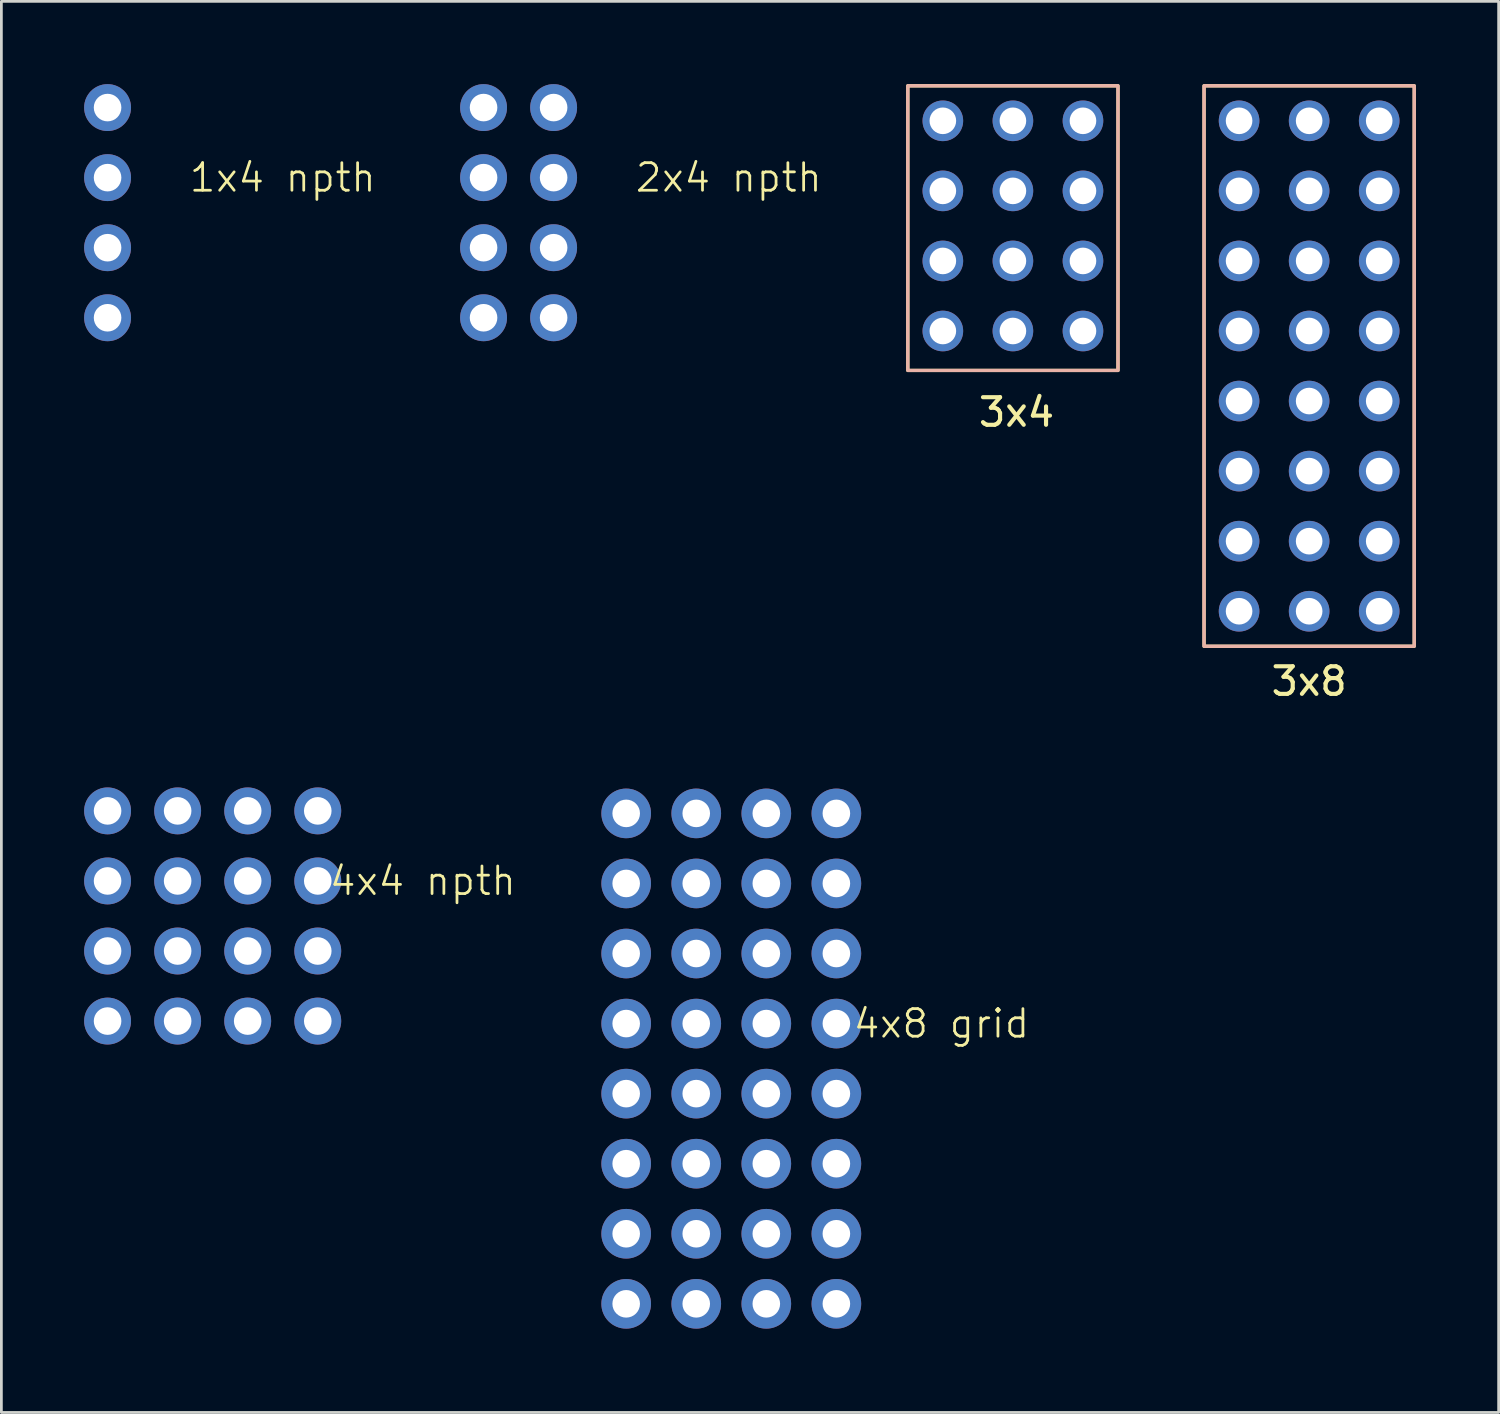
<source format=kicad_pcb>
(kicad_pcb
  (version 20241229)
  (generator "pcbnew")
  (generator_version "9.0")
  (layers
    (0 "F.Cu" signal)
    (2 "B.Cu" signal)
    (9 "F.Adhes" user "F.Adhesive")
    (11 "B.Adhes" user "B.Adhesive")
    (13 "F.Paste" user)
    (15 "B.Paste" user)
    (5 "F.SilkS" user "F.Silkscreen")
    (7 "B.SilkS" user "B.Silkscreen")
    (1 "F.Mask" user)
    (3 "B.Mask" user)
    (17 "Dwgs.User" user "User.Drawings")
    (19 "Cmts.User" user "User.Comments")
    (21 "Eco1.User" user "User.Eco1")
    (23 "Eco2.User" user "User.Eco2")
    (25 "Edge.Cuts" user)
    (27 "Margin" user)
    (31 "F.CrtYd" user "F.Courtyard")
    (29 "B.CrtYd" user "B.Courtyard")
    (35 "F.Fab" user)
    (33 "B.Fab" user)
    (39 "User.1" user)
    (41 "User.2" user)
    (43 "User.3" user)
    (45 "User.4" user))
  (footprint "3x8"
    (layer "F.Cu")
    (at 44.412 10.22)
    (property "Reference" "3x8" (at 0 11.43 0) (unlocked yes) (layer "F.SilkS") (effects (font (size 1 1) (thickness 0.15))))
    (attr through_hole)
    (fp_rect (start -3.81 -10.16) (end 3.81 10.16) (stroke (width 0.12) (type solid)) (fill no) (layer "F.SilkS"))
    (fp_rect (start -3.81 -10.16) (end 3.81 10.16) (stroke (width 0.12) (type solid)) (fill no) (layer "B.SilkS"))
    (pad "a1" thru_hole circle (at -2.54 -8.89) (size 1.473 1.473) (drill 0.965) (layers "*.Cu" "*.Mask"))
    (pad "a2" thru_hole circle (at -2.54 -6.35) (size 1.473 1.473) (drill 0.965) (layers "*.Cu" "*.Mask"))
    (pad "a3" thru_hole circle (at -2.54 -3.81) (size 1.473 1.473) (drill 0.965) (layers "*.Cu" "*.Mask"))
    (pad "a4" thru_hole circle (at -2.54 -1.27) (size 1.473 1.473) (drill 0.965) (layers "*.Cu" "*.Mask"))
    (pad "a5" thru_hole circle (at -2.54 1.27) (size 1.473 1.473) (drill 0.965) (layers "*.Cu" "*.Mask"))
    (pad "a6" thru_hole circle (at -2.54 3.81) (size 1.473 1.473) (drill 0.965) (layers "*.Cu" "*.Mask"))
    (pad "a7" thru_hole circle (at -2.54 6.35) (size 1.473 1.473) (drill 0.965) (layers "*.Cu" "*.Mask"))
    (pad "a8" thru_hole circle (at -2.54 8.89) (size 1.473 1.473) (drill 0.965) (layers "*.Cu" "*.Mask"))
    (pad "b1" thru_hole circle (at 0 -8.89) (size 1.473 1.473) (drill 0.965) (layers "*.Cu" "*.Mask"))
    (pad "b2" thru_hole circle (at 0 -6.35) (size 1.473 1.473) (drill 0.965) (layers "*.Cu" "*.Mask"))
    (pad "b3" thru_hole circle (at 0 -3.81) (size 1.473 1.473) (drill 0.965) (layers "*.Cu" "*.Mask"))
    (pad "b4" thru_hole circle (at 0 -1.27) (size 1.473 1.473) (drill 0.965) (layers "*.Cu" "*.Mask"))
    (pad "b5" thru_hole circle (at 0 1.27) (size 1.473 1.473) (drill 0.965) (layers "*.Cu" "*.Mask"))
    (pad "b6" thru_hole circle (at 0 3.81) (size 1.473 1.473) (drill 0.965) (layers "*.Cu" "*.Mask"))
    (pad "b7" thru_hole circle (at 0 6.35) (size 1.473 1.473) (drill 0.965) (layers "*.Cu" "*.Mask"))
    (pad "b8" thru_hole circle (at 0 8.89) (size 1.473 1.473) (drill 0.965) (layers "*.Cu" "*.Mask"))
    (pad "c1" thru_hole circle (at 2.54 -8.89) (size 1.473 1.473) (drill 0.965) (layers "*.Cu" "*.Mask"))
    (pad "c2" thru_hole circle (at 2.54 -6.35) (size 1.473 1.473) (drill 0.965) (layers "*.Cu" "*.Mask"))
    (pad "c3" thru_hole circle (at 2.54 -3.81) (size 1.473 1.473) (drill 0.965) (layers "*.Cu" "*.Mask"))
    (pad "c4" thru_hole circle (at 2.54 -1.27) (size 1.473 1.473) (drill 0.965) (layers "*.Cu" "*.Mask"))
    (pad "c5" thru_hole circle (at 2.54 1.27) (size 1.473 1.473) (drill 0.965) (layers "*.Cu" "*.Mask"))
    (pad "c6" thru_hole circle (at 2.54 3.81) (size 1.473 1.473) (drill 0.965) (layers "*.Cu" "*.Mask"))
    (pad "c7" thru_hole circle (at 2.54 6.35) (size 1.473 1.473) (drill 0.965) (layers "*.Cu" "*.Mask"))
    (pad "c8" thru_hole circle (at 2.54 8.89) (size 1.473 1.473) (drill 0.965) (layers "*.Cu" "*.Mask")))
  (footprint "4x8 grid"
    (layer "F.Cu")
    (at 23.462 35.329)
    (property "Reference" "4x8 grid" (at 7.62 -1.27 0) (unlocked yes) (layer "F.SilkS") (effects (font (size 1 1) (thickness 0.1))))
    (fp_circle (center -3.812 -6.351) (end -2.922 -6.351) (stroke (width 0.1) (type default)) (fill yes) (layer "F.Mask"))
    (fp_circle (center -3.812 -3.811) (end -2.922 -3.811) (stroke (width 0.1) (type default)) (fill yes) (layer "F.Mask"))
    (fp_circle (center -3.812 -1.271) (end -2.922 -1.271) (stroke (width 0.1) (type default)) (fill yes) (layer "F.Mask"))
    (fp_circle (center -3.812 1.269) (end -2.922 1.269) (stroke (width 0.1) (type default)) (fill yes) (layer "F.Mask"))
    (fp_circle (center -3.812 3.809) (end -2.922 3.809) (stroke (width 0.1) (type default)) (fill yes) (layer "F.Mask"))
    (fp_circle (center -3.812 6.349) (end -2.922 6.349) (stroke (width 0.1) (type default)) (fill yes) (layer "F.Mask"))
    (fp_circle (center -3.812 8.889) (end -2.922 8.889) (stroke (width 0.1) (type default)) (fill yes) (layer "F.Mask"))
    (fp_circle (center -1.272 -6.351) (end -0.382 -6.351) (stroke (width 0.1) (type default)) (fill yes) (layer "F.Mask"))
    (fp_circle (center -1.272 -3.811) (end -0.382 -3.811) (stroke (width 0.1) (type default)) (fill yes) (layer "F.Mask"))
    (fp_circle (center -1.272 -1.271) (end -0.382 -1.271) (stroke (width 0.1) (type default)) (fill yes) (layer "F.Mask"))
    (fp_circle (center -1.272 1.269) (end -0.382 1.269) (stroke (width 0.1) (type default)) (fill yes) (layer "F.Mask"))
    (fp_circle (center -1.272 3.809) (end -0.382 3.809) (stroke (width 0.1) (type default)) (fill yes) (layer "F.Mask"))
    (fp_circle (center -1.272 6.349) (end -0.382 6.349) (stroke (width 0.1) (type default)) (fill yes) (layer "F.Mask"))
    (fp_circle (center -1.272 8.889) (end -0.382 8.889) (stroke (width 0.1) (type default)) (fill yes) (layer "F.Mask"))
    (fp_circle (center -1.271 -8.891) (end -0.382 -8.891) (stroke (width 0.1) (type default)) (fill yes) (layer "F.Mask"))
    (fp_circle (center 1.268 -6.351) (end 2.158 -6.351) (stroke (width 0.1) (type default)) (fill yes) (layer "F.Mask"))
    (fp_circle (center 1.268 -3.811) (end 2.158 -3.811) (stroke (width 0.1) (type default)) (fill yes) (layer "F.Mask"))
    (fp_circle (center 1.268 -1.271) (end 2.158 -1.271) (stroke (width 0.1) (type default)) (fill yes) (layer "F.Mask"))
    (fp_circle (center 1.268 1.269) (end 2.158 1.269) (stroke (width 0.1) (type default)) (fill yes) (layer "F.Mask"))
    (fp_circle (center 1.268 3.809) (end 2.158 3.809) (stroke (width 0.1) (type default)) (fill yes) (layer "F.Mask"))
    (fp_circle (center 1.268 6.349) (end 2.158 6.349) (stroke (width 0.1) (type default)) (fill yes) (layer "F.Mask"))
    (fp_circle (center 1.268 8.889) (end 2.158 8.889) (stroke (width 0.1) (type default)) (fill yes) (layer "F.Mask"))
    (fp_circle (center 1.269 -8.891) (end 2.159 -8.891) (stroke (width 0.1) (type default)) (fill yes) (layer "F.Mask"))
    (fp_circle (center 3.808 -6.351) (end 4.698 -6.351) (stroke (width 0.1) (type default)) (fill yes) (layer "F.Mask"))
    (fp_circle (center 3.808 -3.811) (end 4.698 -3.811) (stroke (width 0.1) (type default)) (fill yes) (layer "F.Mask"))
    (fp_circle (center 3.808 -1.27) (end 4.698 -1.27) (stroke (width 0.1) (type default)) (fill yes) (layer "F.Mask"))
    (fp_circle (center 3.808 1.27) (end 4.698 1.27) (stroke (width 0.1) (type default)) (fill yes) (layer "F.Mask"))
    (fp_circle (center 3.808 3.809) (end 4.698 3.809) (stroke (width 0.1) (type default)) (fill yes) (layer "F.Mask"))
    (fp_circle (center 3.808 6.349) (end 4.698 6.349) (stroke (width 0.1) (type default)) (fill yes) (layer "F.Mask"))
    (fp_circle (center 3.808 8.889) (end 4.698 8.889) (stroke (width 0.1) (type default)) (fill yes) (layer "F.Mask"))
    (fp_circle (center 3.809 -8.89) (end 4.699 -8.89) (stroke (width 0.1) (type default)) (fill yes) (layer "F.Mask"))
    (fp_circle (center -3.811 -6.351) (end -4.7 -6.351) (stroke (width 0.1) (type default)) (fill yes) (layer "B.Mask"))
    (fp_circle (center -3.811 -3.811) (end -4.7 -3.811) (stroke (width 0.1) (type default)) (fill yes) (layer "B.Mask"))
    (fp_circle (center -3.811 -1.27) (end -4.7 -1.27) (stroke (width 0.1) (type default)) (fill yes) (layer "B.Mask"))
    (fp_circle (center -3.811 1.27) (end -4.7 1.27) (stroke (width 0.1) (type default)) (fill yes) (layer "B.Mask"))
    (fp_circle (center -3.811 3.809) (end -4.7 3.809) (stroke (width 0.1) (type default)) (fill yes) (layer "B.Mask"))
    (fp_circle (center -3.811 6.349) (end -4.7 6.349) (stroke (width 0.1) (type default)) (fill yes) (layer "B.Mask"))
    (fp_circle (center -3.811 8.889) (end -4.7 8.889) (stroke (width 0.1) (type default)) (fill yes) (layer "B.Mask"))
    (fp_circle (center -1.271 -6.351) (end -2.16 -6.351) (stroke (width 0.1) (type default)) (fill yes) (layer "B.Mask"))
    (fp_circle (center -1.271 -3.811) (end -2.16 -3.811) (stroke (width 0.1) (type default)) (fill yes) (layer "B.Mask"))
    (fp_circle (center -1.271 -1.27) (end -2.16 -1.27) (stroke (width 0.1) (type default)) (fill yes) (layer "B.Mask"))
    (fp_circle (center -1.271 1.27) (end -2.16 1.27) (stroke (width 0.1) (type default)) (fill yes) (layer "B.Mask"))
    (fp_circle (center -1.271 3.809) (end -2.16 3.809) (stroke (width 0.1) (type default)) (fill yes) (layer "B.Mask"))
    (fp_circle (center -1.271 6.349) (end -2.16 6.349) (stroke (width 0.1) (type default)) (fill yes) (layer "B.Mask"))
    (fp_circle (center -1.271 8.889) (end -2.16 8.889) (stroke (width 0.1) (type default)) (fill yes) (layer "B.Mask"))
    (fp_circle (center -1.27 -8.89) (end -2.16 -8.89) (stroke (width 0.1) (type default)) (fill yes) (layer "B.Mask"))
    (fp_circle (center 1.269 -6.351) (end 0.38 -6.351) (stroke (width 0.1) (type default)) (fill yes) (layer "B.Mask"))
    (fp_circle (center 1.269 -3.811) (end 0.38 -3.811) (stroke (width 0.1) (type default)) (fill yes) (layer "B.Mask"))
    (fp_circle (center 1.269 -1.27) (end 0.38 -1.27) (stroke (width 0.1) (type default)) (fill yes) (layer "B.Mask"))
    (fp_circle (center 1.269 1.27) (end 0.38 1.27) (stroke (width 0.1) (type default)) (fill yes) (layer "B.Mask"))
    (fp_circle (center 1.269 3.809) (end 0.38 3.809) (stroke (width 0.1) (type default)) (fill yes) (layer "B.Mask"))
    (fp_circle (center 1.269 6.349) (end 0.38 6.349) (stroke (width 0.1) (type default)) (fill yes) (layer "B.Mask"))
    (fp_circle (center 1.269 8.889) (end 0.38 8.889) (stroke (width 0.1) (type default)) (fill yes) (layer "B.Mask"))
    (fp_circle (center 1.27 -8.89) (end 0.38 -8.89) (stroke (width 0.1) (type default)) (fill yes) (layer "B.Mask"))
    (fp_circle (center 3.809 -6.35) (end 2.92 -6.35) (stroke (width 0.1) (type default)) (fill yes) (layer "B.Mask"))
    (fp_circle (center 3.809 -3.81) (end 2.92 -3.81) (stroke (width 0.1) (type default)) (fill yes) (layer "B.Mask"))
    (fp_circle (center 3.809 -1.27) (end 2.92 -1.27) (stroke (width 0.1) (type default)) (fill yes) (layer "B.Mask"))
    (fp_circle (center 3.809 1.27) (end 2.92 1.27) (stroke (width 0.1) (type default)) (fill yes) (layer "B.Mask"))
    (fp_circle (center 3.809 3.81) (end 2.92 3.81) (stroke (width 0.1) (type default)) (fill yes) (layer "B.Mask"))
    (fp_circle (center 3.809 6.35) (end 2.92 6.35) (stroke (width 0.1) (type default)) (fill yes) (layer "B.Mask"))
    (fp_circle (center 3.809 8.89) (end 2.92 8.89) (stroke (width 0.1) (type default)) (fill yes) (layer "B.Mask"))
    (fp_circle (center 3.809 -8.89) (end 2.92 -8.89) (stroke (width 0.1) (type default)) (fill yes) (layer "B.Mask"))
    (pad "A0" thru_hole circle (at -3.81 -8.89) (size 1.8 1.8) (drill 1) (layers "*.Cu" "*.Mask"))
    (pad "A1" thru_hole circle (at -3.81 -6.35) (size 1.8 1.8) (drill 1) (layers "*.Cu" "*.Mask"))
    (pad "A2" thru_hole circle (at -3.81 -3.81) (size 1.8 1.8) (drill 1) (layers "*.Cu" "*.Mask"))
    (pad "A3" thru_hole circle (at -3.81 -1.27) (size 1.8 1.8) (drill 1) (layers "*.Cu" "*.Mask"))
    (pad "A4" thru_hole circle (at -3.81 1.27) (size 1.8 1.8) (drill 1) (layers "*.Cu" "*.Mask"))
    (pad "A5" thru_hole circle (at -3.81 3.81) (size 1.8 1.8) (drill 1) (layers "*.Cu" "*.Mask"))
    (pad "A6" thru_hole circle (at -3.81 6.35) (size 1.8 1.8) (drill 1) (layers "*.Cu" "*.Mask"))
    (pad "A7" thru_hole circle (at -3.81 8.89) (size 1.8 1.8) (drill 1) (layers "*.Cu" "*.Mask"))
    (pad "B0" thru_hole circle (at -1.27 -8.89) (size 1.8 1.8) (drill 1) (layers "*.Cu" "*.Mask"))
    (pad "B1" thru_hole circle (at -1.27 -6.35) (size 1.8 1.8) (drill 1) (layers "*.Cu" "*.Mask"))
    (pad "B2" thru_hole circle (at -1.27 -3.81) (size 1.8 1.8) (drill 1) (layers "*.Cu" "*.Mask"))
    (pad "B3" thru_hole circle (at -1.27 -1.27) (size 1.8 1.8) (drill 1) (layers "*.Cu" "*.Mask"))
    (pad "B4" thru_hole circle (at -1.27 1.27) (size 1.8 1.8) (drill 1) (layers "*.Cu" "*.Mask"))
    (pad "B5" thru_hole circle (at -1.27 3.81) (size 1.8 1.8) (drill 1) (layers "*.Cu" "*.Mask"))
    (pad "B6" thru_hole circle (at -1.27 6.35) (size 1.8 1.8) (drill 1) (layers "*.Cu" "*.Mask"))
    (pad "B7" thru_hole circle (at -1.27 8.89) (size 1.8 1.8) (drill 1) (layers "*.Cu" "*.Mask"))
    (pad "C0" thru_hole circle (at 1.27 -8.89) (size 1.8 1.8) (drill 1) (layers "*.Cu" "*.Mask"))
    (pad "C1" thru_hole circle (at 1.27 -6.35) (size 1.8 1.8) (drill 1) (layers "*.Cu" "*.Mask"))
    (pad "C2" thru_hole circle (at 1.27 -3.81) (size 1.8 1.8) (drill 1) (layers "*.Cu" "*.Mask"))
    (pad "C3" thru_hole circle (at 1.27 -1.27) (size 1.8 1.8) (drill 1) (layers "*.Cu" "*.Mask"))
    (pad "C4" thru_hole circle (at 1.27 1.27) (size 1.8 1.8) (drill 1) (layers "*.Cu" "*.Mask"))
    (pad "C5" thru_hole circle (at 1.27 3.81) (size 1.8 1.8) (drill 1) (layers "*.Cu" "*.Mask"))
    (pad "C6" thru_hole circle (at 1.27 6.35) (size 1.8 1.8) (drill 1) (layers "*.Cu" "*.Mask"))
    (pad "C7" thru_hole circle (at 1.27 8.89) (size 1.8 1.8) (drill 1) (layers "*.Cu" "*.Mask"))
    (pad "D0" thru_hole circle (at 3.81 -8.89) (size 1.8 1.8) (drill 1) (layers "*.Cu" "*.Mask"))
    (pad "D1" thru_hole circle (at 3.81 -6.35) (size 1.8 1.8) (drill 1) (layers "*.Cu" "*.Mask"))
    (pad "D2" thru_hole circle (at 3.81 -3.81) (size 1.8 1.8) (drill 1) (layers "*.Cu" "*.Mask"))
    (pad "D3" thru_hole circle (at 3.81 -1.27) (size 1.8 1.8) (drill 1) (layers "*.Cu" "*.Mask"))
    (pad "D4" thru_hole circle (at 3.81 1.27) (size 1.8 1.8) (drill 1) (layers "*.Cu" "*.Mask"))
    (pad "D5" thru_hole circle (at 3.81 3.81) (size 1.8 1.8) (drill 1) (layers "*.Cu" "*.Mask"))
    (pad "D6" thru_hole circle (at 3.81 6.35) (size 1.8 1.8) (drill 1) (layers "*.Cu" "*.Mask"))
    (pad "D7" thru_hole circle (at 3.81 8.89) (size 1.8 1.8) (drill 1) (layers "*.Cu" "*.Mask")))
  (footprint "1x4 npth"
    (layer "F.Cu")
    (at 0.85 4.66)
    (property "Reference" "1x4 npth" (at 6.35 -1.27 0) (unlocked yes) (layer "F.SilkS") (effects (font (size 1 1) (thickness 0.1))))
    (pad "" np_thru_hole oval (at 0 -3.81) (size 1.7 1.7) (drill 1) (layers "*.Cu" "*.Mask"))
    (pad "" np_thru_hole oval (at 0 -1.27) (size 1.7 1.7) (drill 1) (layers "*.Cu" "*.Mask"))
    (pad "" np_thru_hole oval (at 0 1.27) (size 1.7 1.7) (drill 1) (layers "*.Cu" "*.Mask"))
    (pad "" np_thru_hole oval (at 0 3.81) (size 1.7 1.7) (drill 1) (layers "*.Cu" "*.Mask")))
  (footprint "3x4"
    (layer "F.Cu")
    (at 33.672 10.22)
    (property "Reference" "3x4" (at 0.13 1.675 0) (unlocked yes) (layer "F.SilkS") (effects (font (size 1 1) (thickness 0.15))))
    (attr through_hole)
    (fp_rect (start -3.81 -10.16) (end 3.81 0.16) (stroke (width 0.12) (type solid)) (fill no) (layer "F.SilkS"))
    (fp_rect (start -3.81 -10.16) (end 3.81 0.16) (stroke (width 0.12) (type solid)) (fill no) (layer "B.SilkS"))
    (pad "a1" thru_hole circle (at -2.54 -8.89) (size 1.473 1.473) (drill 0.965) (layers "*.Cu" "*.Mask"))
    (pad "a2" thru_hole circle (at -2.54 -6.35) (size 1.473 1.473) (drill 0.965) (layers "*.Cu" "*.Mask"))
    (pad "a3" thru_hole circle (at -2.54 -3.81) (size 1.473 1.473) (drill 0.965) (layers "*.Cu" "*.Mask"))
    (pad "a4" thru_hole circle (at -2.54 -1.27) (size 1.473 1.473) (drill 0.965) (layers "*.Cu" "*.Mask"))
    (pad "b1" thru_hole circle (at 0 -8.89) (size 1.473 1.473) (drill 0.965) (layers "*.Cu" "*.Mask"))
    (pad "b2" thru_hole circle (at 0 -6.35) (size 1.473 1.473) (drill 0.965) (layers "*.Cu" "*.Mask"))
    (pad "b3" thru_hole circle (at 0 -3.81) (size 1.473 1.473) (drill 0.965) (layers "*.Cu" "*.Mask"))
    (pad "b4" thru_hole circle (at 0 -1.27) (size 1.473 1.473) (drill 0.965) (layers "*.Cu" "*.Mask"))
    (pad "c1" thru_hole circle (at 2.54 -8.89) (size 1.473 1.473) (drill 0.965) (layers "*.Cu" "*.Mask"))
    (pad "c2" thru_hole circle (at 2.54 -6.35) (size 1.473 1.473) (drill 0.965) (layers "*.Cu" "*.Mask"))
    (pad "c3" thru_hole circle (at 2.54 -3.81) (size 1.473 1.473) (drill 0.965) (layers "*.Cu" "*.Mask"))
    (pad "c4" thru_hole circle (at 2.54 -1.27) (size 1.473 1.473) (drill 0.965) (layers "*.Cu" "*.Mask")))
  (footprint "2x4 npth"
    (layer "F.Cu")
    (at 15.751 4.66)
    (property "Reference" "2x4 npth" (at 7.62 -1.27 0) (unlocked yes) (layer "F.SilkS") (effects (font (size 1 1) (thickness 0.1))))
    (pad "" np_thru_hole oval (at -1.27 -3.81) (size 1.7 1.7) (drill 1) (layers "*.Cu" "*.Mask"))
    (pad "" np_thru_hole oval (at -1.27 -1.27) (size 1.7 1.7) (drill 1) (layers "*.Cu" "*.Mask"))
    (pad "" np_thru_hole oval (at -1.27 1.27) (size 1.7 1.7) (drill 1) (layers "*.Cu" "*.Mask"))
    (pad "" np_thru_hole oval (at -1.27 3.81) (size 1.7 1.7) (drill 1) (layers "*.Cu" "*.Mask"))
    (pad "" np_thru_hole oval (at 1.27 -3.81) (size 1.7 1.7) (drill 1) (layers "*.Cu" "*.Mask"))
    (pad "" np_thru_hole oval (at 1.27 -1.27) (size 1.7 1.7) (drill 1) (layers "*.Cu" "*.Mask"))
    (pad "" np_thru_hole oval (at 1.27 1.27) (size 1.7 1.7) (drill 1) (layers "*.Cu" "*.Mask"))
    (pad "" np_thru_hole oval (at 1.27 3.81) (size 1.7 1.7) (drill 1) (layers "*.Cu" "*.Mask")))
  (footprint "4x4 npth"
    (layer "F.Cu")
    (at 4.66 30.158)
    (property "Reference" "4x4 npth" (at 7.62 -1.27 0) (unlocked yes) (layer "F.SilkS") (effects (font (size 1 1) (thickness 0.1))))
    (pad "" np_thru_hole oval (at -3.81 -3.81) (size 1.7 1.7) (drill 1) (layers "*.Cu" "*.Mask"))
    (pad "" np_thru_hole oval (at -3.81 -1.27) (size 1.7 1.7) (drill 1) (layers "*.Cu" "*.Mask"))
    (pad "" np_thru_hole oval (at -3.81 1.27) (size 1.7 1.7) (drill 1) (layers "*.Cu" "*.Mask"))
    (pad "" np_thru_hole oval (at -3.81 3.81) (size 1.7 1.7) (drill 1) (layers "*.Cu" "*.Mask"))
    (pad "" np_thru_hole oval (at -1.27 -3.81) (size 1.7 1.7) (drill 1) (layers "*.Cu" "*.Mask"))
    (pad "" np_thru_hole oval (at -1.27 -1.27) (size 1.7 1.7) (drill 1) (layers "*.Cu" "*.Mask"))
    (pad "" np_thru_hole oval (at -1.27 1.27) (size 1.7 1.7) (drill 1) (layers "*.Cu" "*.Mask"))
    (pad "" np_thru_hole oval (at -1.27 3.81) (size 1.7 1.7) (drill 1) (layers "*.Cu" "*.Mask"))
    (pad "" np_thru_hole oval (at 1.27 -3.81) (size 1.7 1.7) (drill 1) (layers "*.Cu" "*.Mask"))
    (pad "" np_thru_hole oval (at 1.27 -1.27) (size 1.7 1.7) (drill 1) (layers "*.Cu" "*.Mask"))
    (pad "" np_thru_hole oval (at 1.27 1.27) (size 1.7 1.7) (drill 1) (layers "*.Cu" "*.Mask"))
    (pad "" np_thru_hole oval (at 1.27 3.81) (size 1.7 1.7) (drill 1) (layers "*.Cu" "*.Mask"))
    (pad "" np_thru_hole oval (at 3.81 -3.81) (size 1.7 1.7) (drill 1) (layers "*.Cu" "*.Mask"))
    (pad "" np_thru_hole oval (at 3.81 -1.27) (size 1.7 1.7) (drill 1) (layers "*.Cu" "*.Mask"))
    (pad "" np_thru_hole oval (at 3.81 1.27) (size 1.7 1.7) (drill 1) (layers "*.Cu" "*.Mask"))
    (pad "" np_thru_hole oval (at 3.81 3.81) (size 1.7 1.7) (drill 1) (layers "*.Cu" "*.Mask")))
  (gr_rect
    (start -3 -3)
    (end 51.282 48.158)
    (stroke (width 0.1) (type default))
    (fill no)
    (layer "Edge.Cuts")))
</source>
